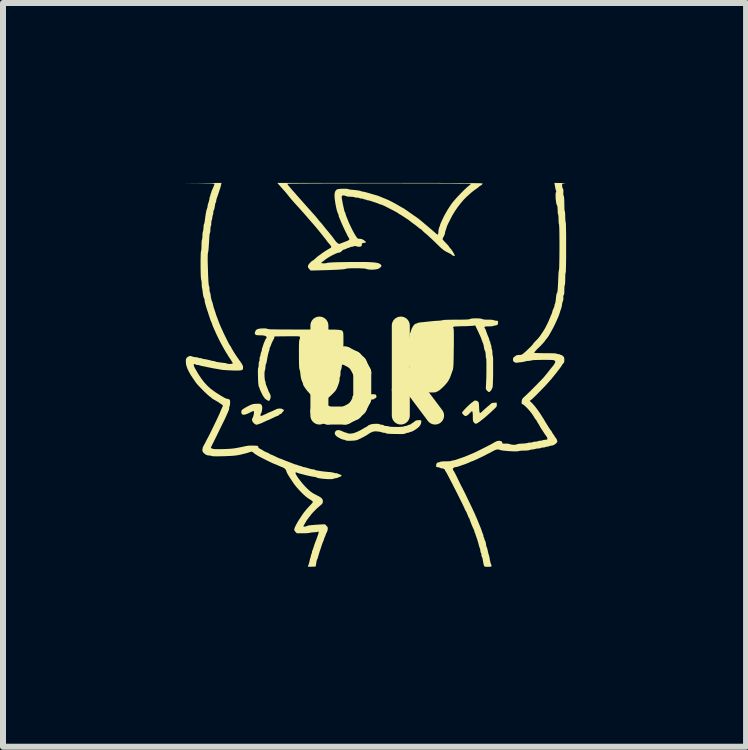
<source format=kicad_pcb>
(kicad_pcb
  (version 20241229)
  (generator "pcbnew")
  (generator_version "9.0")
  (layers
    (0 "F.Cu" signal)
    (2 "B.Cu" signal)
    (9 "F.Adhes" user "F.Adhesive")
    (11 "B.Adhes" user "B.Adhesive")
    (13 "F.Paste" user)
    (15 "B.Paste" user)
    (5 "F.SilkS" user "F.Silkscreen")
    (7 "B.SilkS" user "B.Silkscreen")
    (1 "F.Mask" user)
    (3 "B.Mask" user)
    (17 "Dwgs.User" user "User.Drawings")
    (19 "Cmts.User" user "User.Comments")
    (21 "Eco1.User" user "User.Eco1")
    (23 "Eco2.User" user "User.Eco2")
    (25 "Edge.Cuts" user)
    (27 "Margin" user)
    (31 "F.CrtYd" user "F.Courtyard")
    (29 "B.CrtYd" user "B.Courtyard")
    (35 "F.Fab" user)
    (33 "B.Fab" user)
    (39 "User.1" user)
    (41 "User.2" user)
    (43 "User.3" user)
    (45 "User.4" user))
  (footprint "bk"
    (layer "F.Cu")
    (at 3.204 3.2)
    (property "Reference" "bk" (at 0 0 0) (layer "F.SilkS") (effects (font (size 1.5 1.5) (thickness 0.3))))
    (attr board_only exclude_from_pos_files exclude_from_bom)
    (fp_poly (pts (xy -0.161 0.31) (xy -0.129 0.311) (xy -0.107 0.314) (xy -0.097 0.317) (xy -0.097 0.317) (xy -0.088 0.32) (xy -0.068 0.323) (xy -0.041 0.324) (xy -0.04 0.324) (xy -0.013 0.324) (xy 0.003 0.326) (xy 0.012 0.331) (xy 0.018 0.34) (xy 0.019 0.344) (xy 0.024 0.367) (xy 0.016 0.382) (xy 0.001 0.391) (xy -0.015 0.399) (xy -0.022 0.406) (xy -0.034 0.411) (xy -0.053 0.41) (xy -0.085 0.411) (xy -0.1 0.417) (xy -0.115 0.422) (xy -0.138 0.426) (xy -0.171 0.428) (xy -0.21 0.428) (xy -0.249 0.427) (xy -0.277 0.426) (xy -0.297 0.423) (xy -0.314 0.418) (xy -0.332 0.41) (xy -0.337 0.407) (xy -0.364 0.391) (xy -0.378 0.378) (xy -0.38 0.365) (xy -0.371 0.353) (xy -0.351 0.336) (xy -0.33 0.324) (xy -0.306 0.316) (xy -0.275 0.311) (xy -0.233 0.309) (xy -0.201 0.309)) (stroke (width 0) (type solid)) (fill yes) (layer "F.SilkS"))
    (fp_poly (pts (xy 1.699 0.434) (xy 1.716 0.445) (xy 1.716 0.445) (xy 1.725 0.458) (xy 1.73 0.475) (xy 1.732 0.5) (xy 1.733 0.514) (xy 1.735 0.566) (xy 1.738 0.604) (xy 1.743 0.628) (xy 1.749 0.637) (xy 1.75 0.637) (xy 1.76 0.632) (xy 1.776 0.619) (xy 1.785 0.61) (xy 1.802 0.594) (xy 1.826 0.572) (xy 1.855 0.547) (xy 1.874 0.53) (xy 1.9 0.509) (xy 1.921 0.49) (xy 1.936 0.477) (xy 1.941 0.472) (xy 1.95 0.469) (xy 1.969 0.466) (xy 1.986 0.465) (xy 2.027 0.462) (xy 2.029 0.495) (xy 2.03 0.51) (xy 2.027 0.522) (xy 2.021 0.534) (xy 2.007 0.549) (xy 1.985 0.571) (xy 1.979 0.576) (xy 1.922 0.63) (xy 1.868 0.678) (xy 1.818 0.721) (xy 1.774 0.756) (xy 1.737 0.785) (xy 1.707 0.804) (xy 1.687 0.814) (xy 1.68 0.816) (xy 1.667 0.811) (xy 1.651 0.798) (xy 1.65 0.797) (xy 1.642 0.787) (xy 1.636 0.777) (xy 1.632 0.764) (xy 1.63 0.744) (xy 1.629 0.715) (xy 1.629 0.674) (xy 1.629 0.672) (xy 1.627 0.637) (xy 1.624 0.616) (xy 1.617 0.607) (xy 1.606 0.611) (xy 1.59 0.626) (xy 1.586 0.631) (xy 1.554 0.663) (xy 1.527 0.682) (xy 1.506 0.686) (xy 1.504 0.686) (xy 1.487 0.678) (xy 1.469 0.662) (xy 1.455 0.644) (xy 1.449 0.629) (xy 1.454 0.62) (xy 1.468 0.603) (xy 1.489 0.58) (xy 1.513 0.554) (xy 1.54 0.527) (xy 1.567 0.502) (xy 1.591 0.48) (xy 1.61 0.464) (xy 1.619 0.458) (xy 1.635 0.447) (xy 1.646 0.437) (xy 1.646 0.436) (xy 1.659 0.429) (xy 1.678 0.429)) (stroke (width 0) (type solid)) (fill yes) (layer "F.SilkS"))
    (fp_poly (pts (xy -1.928 0.482) (xy -1.915 0.485) (xy -1.904 0.492) (xy -1.899 0.496) (xy -1.888 0.51) (xy -1.883 0.528) (xy -1.881 0.551) (xy -1.884 0.579) (xy -1.889 0.609) (xy -1.897 0.634) (xy -1.906 0.649) (xy -1.906 0.649) (xy -1.911 0.662) (xy -1.91 0.677) (xy -1.905 0.685) (xy -1.896 0.684) (xy -1.876 0.677) (xy -1.85 0.665) (xy -1.83 0.656) (xy -1.801 0.642) (xy -1.777 0.63) (xy -1.762 0.624) (xy -1.758 0.622) (xy -1.75 0.619) (xy -1.732 0.612) (xy -1.709 0.602) (xy -1.684 0.59) (xy -1.661 0.58) (xy -1.645 0.572) (xy -1.642 0.57) (xy -1.625 0.565) (xy -1.601 0.562) (xy -1.577 0.562) (xy -1.558 0.565) (xy -1.552 0.567) (xy -1.536 0.577) (xy -1.529 0.58) (xy -1.52 0.586) (xy -1.523 0.597) (xy -1.524 0.6) (xy -1.532 0.612) (xy -1.538 0.615) (xy -1.545 0.621) (xy -1.552 0.633) (xy -1.564 0.648) (xy -1.576 0.652) (xy -1.591 0.658) (xy -1.6 0.667) (xy -1.611 0.679) (xy -1.62 0.682) (xy -1.63 0.685) (xy -1.651 0.693) (xy -1.679 0.706) (xy -1.706 0.719) (xy -1.737 0.734) (xy -1.763 0.746) (xy -1.781 0.754) (xy -1.788 0.756) (xy -1.797 0.759) (xy -1.816 0.768) (xy -1.841 0.78) (xy -1.853 0.786) (xy -1.882 0.799) (xy -1.906 0.81) (xy -1.923 0.815) (xy -1.926 0.816) (xy -1.94 0.819) (xy -1.945 0.823) (xy -1.955 0.828) (xy -1.972 0.831) (xy -1.973 0.831) (xy -1.993 0.827) (xy -2.013 0.814) (xy -2.025 0.803) (xy -2.046 0.775) (xy -2.053 0.749) (xy -2.047 0.725) (xy -2.043 0.72) (xy -2.036 0.705) (xy -2.029 0.683) (xy -2.023 0.657) (xy -2.02 0.632) (xy -2.019 0.613) (xy -2.022 0.605) (xy -2.033 0.604) (xy -2.056 0.613) (xy -2.076 0.623) (xy -2.124 0.647) (xy -2.162 0.661) (xy -2.191 0.665) (xy -2.208 0.662) (xy -2.221 0.655) (xy -2.228 0.642) (xy -2.23 0.625) (xy -2.23 0.605) (xy -2.225 0.591) (xy -2.211 0.578) (xy -2.204 0.572) (xy -2.185 0.559) (xy -2.156 0.542) (xy -2.124 0.525) (xy -2.109 0.517) (xy -2.075 0.501) (xy -2.049 0.491) (xy -2.025 0.486) (xy -1.998 0.483) (xy -1.98 0.482) (xy -1.948 0.481)) (stroke (width 0) (type solid)) (fill yes) (layer "F.SilkS"))
    (fp_poly (pts (xy 0.76 0.757) (xy 0.768 0.761) (xy 0.771 0.77) (xy 0.771 0.781) (xy 0.764 0.818) (xy 0.743 0.854) (xy 0.729 0.869) (xy 0.704 0.89) (xy 0.676 0.91) (xy 0.647 0.928) (xy 0.621 0.942) (xy 0.602 0.949) (xy 0.597 0.95) (xy 0.581 0.953) (xy 0.574 0.957) (xy 0.564 0.963) (xy 0.547 0.965) (xy 0.524 0.969) (xy 0.507 0.977) (xy 0.498 0.981) (xy 0.487 0.984) (xy 0.469 0.986) (xy 0.444 0.987) (xy 0.409 0.987) (xy 0.362 0.986) (xy 0.34 0.986) (xy 0.283 0.985) (xy 0.239 0.983) (xy 0.209 0.981) (xy 0.19 0.978) (xy 0.181 0.974) (xy 0.168 0.968) (xy 0.148 0.965) (xy 0.145 0.965) (xy 0.125 0.963) (xy 0.112 0.959) (xy 0.111 0.958) (xy 0.1 0.953) (xy 0.078 0.949) (xy 0.05 0.945) (xy 0.02 0.942) (xy 0.007 0.941) (xy -0.036 0.947) (xy -0.079 0.966) (xy -0.089 0.972) (xy -0.111 0.987) (xy -0.132 1) (xy -0.137 1.004) (xy -0.161 1.018) (xy -0.192 1.035) (xy -0.228 1.054) (xy -0.262 1.07) (xy -0.291 1.083) (xy -0.303 1.088) (xy -0.323 1.092) (xy -0.351 1.096) (xy -0.384 1.098) (xy -0.418 1.099) (xy -0.449 1.099) (xy -0.474 1.097) (xy -0.489 1.094) (xy -0.492 1.092) (xy -0.502 1.085) (xy -0.51 1.084) (xy -0.531 1.08) (xy -0.56 1.07) (xy -0.592 1.055) (xy -0.621 1.039) (xy -0.644 1.023) (xy -0.651 1.016) (xy -0.669 0.992) (xy -0.673 0.969) (xy -0.664 0.947) (xy -0.659 0.94) (xy -0.639 0.924) (xy -0.611 0.92) (xy -0.576 0.928) (xy -0.541 0.943) (xy -0.516 0.954) (xy -0.494 0.962) (xy -0.481 0.965) (xy -0.467 0.968) (xy -0.462 0.972) (xy -0.452 0.977) (xy -0.431 0.979) (xy -0.405 0.979) (xy -0.379 0.976) (xy -0.355 0.971) (xy -0.354 0.971) (xy -0.301 0.951) (xy -0.244 0.923) (xy -0.199 0.897) (xy -0.176 0.883) (xy -0.157 0.873) (xy -0.147 0.868) (xy -0.147 0.868) (xy -0.137 0.863) (xy -0.127 0.854) (xy -0.113 0.843) (xy -0.09 0.832) (xy -0.078 0.828) (xy -0.055 0.822) (xy -0.026 0.818) (xy 0.006 0.816) (xy 0.035 0.816) (xy 0.059 0.818) (xy 0.073 0.822) (xy 0.075 0.823) (xy 0.084 0.828) (xy 0.103 0.831) (xy 0.108 0.831) (xy 0.129 0.834) (xy 0.144 0.841) (xy 0.145 0.842) (xy 0.16 0.85) (xy 0.187 0.853) (xy 0.19 0.853) (xy 0.212 0.855) (xy 0.228 0.858) (xy 0.231 0.861) (xy 0.24 0.863) (xy 0.262 0.866) (xy 0.295 0.867) (xy 0.338 0.868) (xy 0.354 0.868) (xy 0.399 0.868) (xy 0.436 0.866) (xy 0.462 0.864) (xy 0.475 0.862) (xy 0.477 0.861) (xy 0.487 0.855) (xy 0.505 0.853) (xy 0.505 0.853) (xy 0.527 0.849) (xy 0.543 0.842) (xy 0.562 0.833) (xy 0.574 0.831) (xy 0.591 0.825) (xy 0.604 0.816) (xy 0.616 0.805) (xy 0.625 0.801) (xy 0.635 0.796) (xy 0.65 0.784) (xy 0.655 0.779) (xy 0.674 0.765) (xy 0.694 0.758) (xy 0.715 0.756) (xy 0.744 0.755)) (stroke (width 0) (type solid)) (fill yes) (layer "F.SilkS"))
    (fp_poly (pts (xy -1.815 -0.773) (xy -1.8 -0.769) (xy -1.796 -0.767) (xy -1.792 -0.765) (xy -1.783 -0.763) (xy -1.769 -0.762) (xy -1.75 -0.76) (xy -1.724 -0.759) (xy -1.69 -0.759) (xy -1.647 -0.758) (xy -1.595 -0.757) (xy -1.533 -0.757) (xy -1.459 -0.757) (xy -1.373 -0.756) (xy -1.273 -0.756) (xy -1.184 -0.756) (xy -1.072 -0.756) (xy -0.975 -0.756) (xy -0.89 -0.756) (xy -0.818 -0.756) (xy -0.756 -0.755) (xy -0.705 -0.755) (xy -0.663 -0.754) (xy -0.629 -0.752) (xy -0.602 -0.75) (xy -0.582 -0.747) (xy -0.566 -0.744) (xy -0.555 -0.74) (xy -0.548 -0.735) (xy -0.543 -0.73) (xy -0.539 -0.724) (xy -0.536 -0.716) (xy -0.534 -0.711) (xy -0.531 -0.697) (xy -0.529 -0.67) (xy -0.528 -0.633) (xy -0.528 -0.589) (xy -0.528 -0.539) (xy -0.529 -0.487) (xy -0.531 -0.434) (xy -0.533 -0.382) (xy -0.536 -0.336) (xy -0.539 -0.298) (xy -0.544 -0.256) (xy -0.548 -0.211) (xy -0.552 -0.169) (xy -0.553 -0.159) (xy -0.557 -0.128) (xy -0.561 -0.103) (xy -0.566 -0.087) (xy -0.568 -0.085) (xy -0.573 -0.072) (xy -0.577 -0.047) (xy -0.577 -0.025) (xy -0.578 0.001) (xy -0.581 0.021) (xy -0.585 0.03) (xy -0.589 0.039) (xy -0.592 0.058) (xy -0.592 0.069) (xy -0.593 0.091) (xy -0.597 0.114) (xy -0.605 0.14) (xy -0.617 0.173) (xy -0.631 0.21) (xy -0.643 0.236) (xy -0.656 0.258) (xy -0.673 0.28) (xy -0.697 0.305) (xy -0.719 0.327) (xy -0.745 0.352) (xy -0.769 0.372) (xy -0.787 0.386) (xy -0.798 0.391) (xy -0.798 0.391) (xy -0.816 0.396) (xy -0.824 0.401) (xy -0.84 0.406) (xy -0.87 0.409) (xy -0.897 0.408) (xy -0.948 0.403) (xy -0.994 0.388) (xy -1.037 0.362) (xy -1.08 0.324) (xy -1.088 0.315) (xy -1.121 0.279) (xy -1.151 0.242) (xy -1.175 0.208) (xy -1.193 0.179) (xy -1.202 0.156) (xy -1.203 0.148) (xy -1.207 0.133) (xy -1.21 0.125) (xy -1.221 0.101) (xy -1.229 0.078) (xy -1.236 0.053) (xy -1.241 0.021) (xy -1.246 -0.022) (xy -1.247 -0.03) (xy -1.251 -0.059) (xy -1.257 -0.083) (xy -1.262 -0.098) (xy -1.264 -0.109) (xy -1.267 -0.131) (xy -1.268 -0.165) (xy -1.269 -0.211) (xy -1.27 -0.271) (xy -1.27 -0.343) (xy -1.27 -0.409) (xy -1.27 -0.462) (xy -1.269 -0.504) (xy -1.268 -0.535) (xy -1.267 -0.558) (xy -1.264 -0.575) (xy -1.262 -0.586) (xy -1.259 -0.593) (xy -1.252 -0.613) (xy -1.252 -0.63) (xy -1.252 -0.63) (xy -1.254 -0.634) (xy -1.258 -0.638) (xy -1.265 -0.64) (xy -1.277 -0.642) (xy -1.296 -0.643) (xy -1.324 -0.643) (xy -1.362 -0.644) (xy -1.411 -0.643) (xy -1.466 -0.643) (xy -1.676 -0.641) (xy -1.68 -0.622) (xy -1.686 -0.605) (xy -1.697 -0.582) (xy -1.704 -0.57) (xy -1.719 -0.541) (xy -1.732 -0.509) (xy -1.736 -0.499) (xy -1.744 -0.476) (xy -1.753 -0.458) (xy -1.756 -0.453) (xy -1.761 -0.442) (xy -1.76 -0.439) (xy -1.759 -0.429) (xy -1.763 -0.415) (xy -1.778 -0.368) (xy -1.792 -0.308) (xy -1.805 -0.234) (xy -1.806 -0.23) (xy -1.81 -0.206) (xy -1.816 -0.187) (xy -1.819 -0.181) (xy -1.824 -0.169) (xy -1.827 -0.147) (xy -1.828 -0.132) (xy -1.83 -0.106) (xy -1.834 -0.086) (xy -1.837 -0.078) (xy -1.841 -0.061) (xy -1.844 -0.034) (xy -1.844 -0.001) (xy -1.843 0.035) (xy -1.84 0.068) (xy -1.836 0.094) (xy -1.833 0.104) (xy -1.826 0.122) (xy -1.824 0.135) (xy -1.825 0.137) (xy -1.824 0.146) (xy -1.818 0.165) (xy -1.808 0.191) (xy -1.803 0.204) (xy -1.791 0.232) (xy -1.782 0.255) (xy -1.778 0.27) (xy -1.777 0.272) (xy -1.773 0.282) (xy -1.763 0.299) (xy -1.758 0.306) (xy -1.743 0.341) (xy -1.741 0.378) (xy -1.753 0.413) (xy -1.753 0.413) (xy -1.762 0.428) (xy -1.769 0.436) (xy -1.77 0.436) (xy -1.778 0.433) (xy -1.795 0.424) (xy -1.806 0.418) (xy -1.827 0.405) (xy -1.841 0.391) (xy -1.845 0.386) (xy -1.853 0.371) (xy -1.858 0.366) (xy -1.865 0.357) (xy -1.876 0.338) (xy -1.889 0.313) (xy -1.902 0.285) (xy -1.914 0.259) (xy -1.923 0.237) (xy -1.926 0.225) (xy -1.926 0.225) (xy -1.93 0.212) (xy -1.933 0.209) (xy -1.938 0.2) (xy -1.943 0.182) (xy -1.947 0.151) (xy -1.95 0.108) (xy -1.952 0.052) (xy -1.953 0.016) (xy -1.954 -0.038) (xy -1.954 -0.079) (xy -1.952 -0.105) (xy -1.949 -0.118) (xy -1.949 -0.118) (xy -1.945 -0.129) (xy -1.942 -0.15) (xy -1.941 -0.172) (xy -1.94 -0.197) (xy -1.937 -0.216) (xy -1.933 -0.224) (xy -1.929 -0.233) (xy -1.926 -0.252) (xy -1.926 -0.265) (xy -1.925 -0.287) (xy -1.921 -0.302) (xy -1.919 -0.305) (xy -1.913 -0.315) (xy -1.911 -0.333) (xy -1.911 -0.334) (xy -1.907 -0.357) (xy -1.9 -0.376) (xy -1.892 -0.398) (xy -1.889 -0.415) (xy -1.886 -0.436) (xy -1.882 -0.449) (xy -1.876 -0.464) (xy -1.869 -0.486) (xy -1.866 -0.495) (xy -1.857 -0.523) (xy -1.845 -0.552) (xy -1.833 -0.579) (xy -1.823 -0.6) (xy -1.815 -0.611) (xy -1.814 -0.611) (xy -1.807 -0.622) (xy -1.812 -0.635) (xy -1.829 -0.648) (xy -1.829 -0.648) (xy -1.852 -0.655) (xy -1.889 -0.659) (xy -1.917 -0.659) (xy -1.95 -0.66) (xy -1.972 -0.662) (xy -1.985 -0.665) (xy -1.995 -0.672) (xy -1.997 -0.674) (xy -2.005 -0.686) (xy -2.006 -0.697) (xy -2.001 -0.716) (xy -2 -0.719) (xy -1.99 -0.741) (xy -1.974 -0.756) (xy -1.95 -0.766) (xy -1.916 -0.772) (xy -1.877 -0.775) (xy -1.84 -0.775)) (stroke (width 0) (type solid)) (fill yes) (layer "F.SilkS"))
    (fp_poly (pts (xy 1.737 -0.941) (xy 1.766 -0.937) (xy 1.785 -0.932) (xy 1.788 -0.931) (xy 1.802 -0.925) (xy 1.826 -0.922) (xy 1.863 -0.92) (xy 1.885 -0.92) (xy 1.919 -0.92) (xy 1.948 -0.918) (xy 1.968 -0.916) (xy 1.975 -0.913) (xy 1.986 -0.908) (xy 2.006 -0.905) (xy 2.015 -0.904) (xy 2.036 -0.902) (xy 2.046 -0.897) (xy 2.05 -0.885) (xy 2.051 -0.875) (xy 2.048 -0.847) (xy 2.034 -0.83) (xy 2.01 -0.823) (xy 2.004 -0.823) (xy 1.986 -0.821) (xy 1.975 -0.816) (xy 1.974 -0.816) (xy 1.965 -0.813) (xy 1.945 -0.81) (xy 1.917 -0.809) (xy 1.899 -0.808) (xy 1.865 -0.808) (xy 1.843 -0.806) (xy 1.83 -0.803) (xy 1.825 -0.798) (xy 1.824 -0.797) (xy 1.825 -0.783) (xy 1.832 -0.772) (xy 1.841 -0.759) (xy 1.844 -0.752) (xy 1.847 -0.742) (xy 1.853 -0.723) (xy 1.863 -0.697) (xy 1.873 -0.669) (xy 1.884 -0.643) (xy 1.892 -0.622) (xy 1.897 -0.613) (xy 1.903 -0.595) (xy 1.904 -0.586) (xy 1.907 -0.571) (xy 1.911 -0.566) (xy 1.917 -0.554) (xy 1.922 -0.535) (xy 1.922 -0.534) (xy 1.927 -0.512) (xy 1.934 -0.495) (xy 1.934 -0.495) (xy 1.939 -0.478) (xy 1.941 -0.457) (xy 1.941 -0.455) (xy 1.943 -0.437) (xy 1.948 -0.425) (xy 1.948 -0.425) (xy 1.952 -0.415) (xy 1.955 -0.396) (xy 1.956 -0.37) (xy 1.957 -0.343) (xy 1.96 -0.322) (xy 1.964 -0.312) (xy 1.965 -0.303) (xy 1.967 -0.281) (xy 1.968 -0.249) (xy 1.968 -0.208) (xy 1.968 -0.16) (xy 1.968 -0.108) (xy 1.968 -0.055) (xy 1.968 -0.001) (xy 1.967 0.051) (xy 1.965 0.099) (xy 1.964 0.141) (xy 1.962 0.174) (xy 1.961 0.197) (xy 1.96 0.202) (xy 1.952 0.225) (xy 1.94 0.249) (xy 1.924 0.27) (xy 1.909 0.284) (xy 1.899 0.287) (xy 1.888 0.282) (xy 1.872 0.269) (xy 1.866 0.263) (xy 1.855 0.25) (xy 1.849 0.238) (xy 1.846 0.223) (xy 1.847 0.201) (xy 1.848 0.183) (xy 1.85 0.146) (xy 1.852 0.103) (xy 1.854 0.053) (xy 1.855 0.001) (xy 1.856 -0.052) (xy 1.856 -0.104) (xy 1.856 -0.153) (xy 1.856 -0.197) (xy 1.855 -0.233) (xy 1.854 -0.259) (xy 1.853 -0.273) (xy 1.852 -0.275) (xy 1.848 -0.286) (xy 1.845 -0.307) (xy 1.844 -0.331) (xy 1.842 -0.363) (xy 1.838 -0.386) (xy 1.834 -0.395) (xy 1.826 -0.413) (xy 1.819 -0.435) (xy 1.819 -0.436) (xy 1.813 -0.472) (xy 1.808 -0.498) (xy 1.802 -0.518) (xy 1.796 -0.536) (xy 1.791 -0.546) (xy 1.783 -0.566) (xy 1.778 -0.581) (xy 1.777 -0.584) (xy 1.774 -0.595) (xy 1.765 -0.619) (xy 1.75 -0.652) (xy 1.731 -0.694) (xy 1.708 -0.744) (xy 1.704 -0.751) (xy 1.669 -0.825) (xy 1.643 -0.819) (xy 1.628 -0.818) (xy 1.6 -0.816) (xy 1.563 -0.814) (xy 1.519 -0.812) (xy 1.472 -0.811) (xy 1.462 -0.811) (xy 1.409 -0.81) (xy 1.368 -0.808) (xy 1.34 -0.807) (xy 1.32 -0.805) (xy 1.309 -0.802) (xy 1.303 -0.798) (xy 1.303 -0.797) (xy 1.303 -0.782) (xy 1.307 -0.776) (xy 1.309 -0.768) (xy 1.311 -0.751) (xy 1.312 -0.722) (xy 1.313 -0.683) (xy 1.313 -0.631) (xy 1.313 -0.566) (xy 1.313 -0.488) (xy 1.312 -0.468) (xy 1.311 -0.383) (xy 1.31 -0.31) (xy 1.309 -0.25) (xy 1.308 -0.202) (xy 1.306 -0.163) (xy 1.304 -0.132) (xy 1.301 -0.109) (xy 1.298 -0.092) (xy 1.295 -0.079) (xy 1.293 -0.075) (xy 1.287 -0.06) (xy 1.279 -0.036) (xy 1.271 -0.014) (xy 1.252 0.039) (xy 1.231 0.083) (xy 1.206 0.122) (xy 1.173 0.162) (xy 1.15 0.186) (xy 1.122 0.214) (xy 1.095 0.238) (xy 1.072 0.257) (xy 1.057 0.267) (xy 1.036 0.278) (xy 1.018 0.286) (xy 1.015 0.288) (xy 1.001 0.291) (xy 0.979 0.293) (xy 0.951 0.294) (xy 0.922 0.294) (xy 0.896 0.292) (xy 0.878 0.29) (xy 0.872 0.287) (xy 0.861 0.28) (xy 0.854 0.279) (xy 0.83 0.274) (xy 0.8 0.258) (xy 0.768 0.234) (xy 0.743 0.21) (xy 0.724 0.189) (xy 0.711 0.172) (xy 0.704 0.163) (xy 0.704 0.162) (xy 0.7 0.153) (xy 0.688 0.138) (xy 0.684 0.132) (xy 0.664 0.106) (xy 0.643 0.068) (xy 0.62 0.02) (xy 0.596 -0.035) (xy 0.585 -0.063) (xy 0.578 -0.087) (xy 0.574 -0.116) (xy 0.573 -0.126) (xy 0.57 -0.149) (xy 0.566 -0.166) (xy 0.563 -0.17) (xy 0.561 -0.18) (xy 0.559 -0.202) (xy 0.557 -0.234) (xy 0.556 -0.274) (xy 0.555 -0.32) (xy 0.555 -0.368) (xy 0.555 -0.418) (xy 0.555 -0.466) (xy 0.556 -0.509) (xy 0.557 -0.547) (xy 0.559 -0.575) (xy 0.561 -0.593) (xy 0.563 -0.597) (xy 0.568 -0.608) (xy 0.572 -0.629) (xy 0.573 -0.642) (xy 0.576 -0.667) (xy 0.581 -0.687) (xy 0.583 -0.693) (xy 0.59 -0.709) (xy 0.598 -0.732) (xy 0.6 -0.741) (xy 0.611 -0.772) (xy 0.627 -0.801) (xy 0.644 -0.827) (xy 0.661 -0.845) (xy 0.676 -0.853) (xy 0.677 -0.853) (xy 0.695 -0.857) (xy 0.703 -0.862) (xy 0.714 -0.867) (xy 0.736 -0.872) (xy 0.765 -0.876) (xy 0.777 -0.877) (xy 0.817 -0.881) (xy 0.863 -0.886) (xy 0.905 -0.89) (xy 0.909 -0.891) (xy 0.949 -0.895) (xy 0.995 -0.899) (xy 1.039 -0.902) (xy 1.051 -0.902) (xy 1.083 -0.905) (xy 1.11 -0.908) (xy 1.127 -0.911) (xy 1.132 -0.913) (xy 1.141 -0.915) (xy 1.164 -0.917) (xy 1.198 -0.918) (xy 1.241 -0.919) (xy 1.293 -0.92) (xy 1.35 -0.92) (xy 1.414 -0.92) (xy 1.465 -0.921) (xy 1.504 -0.922) (xy 1.534 -0.923) (xy 1.555 -0.925) (xy 1.57 -0.927) (xy 1.581 -0.93) (xy 1.584 -0.932) (xy 1.602 -0.937) (xy 1.631 -0.941) (xy 1.665 -0.942) (xy 1.702 -0.942)) (stroke (width 0) (type solid)) (fill yes) (layer "F.SilkS"))
    (fp_poly (pts (xy 0.273 -3.2) (xy 0.451 -3.2) (xy 0.615 -3.2) (xy 0.765 -3.2) (xy 0.903 -3.2) (xy 1.029 -3.2) (xy 1.142 -3.199) (xy 1.245 -3.199) (xy 1.336 -3.199) (xy 1.418 -3.199) (xy 1.49 -3.198) (xy 1.553 -3.198) (xy 1.607 -3.197) (xy 1.653 -3.197) (xy 1.691 -3.196) (xy 1.722 -3.195) (xy 1.747 -3.195) (xy 1.766 -3.194) (xy 1.779 -3.193) (xy 1.788 -3.192) (xy 1.792 -3.191) (xy 1.792 -3.19) (xy 1.786 -3.177) (xy 1.774 -3.164) (xy 1.76 -3.156) (xy 1.757 -3.155) (xy 1.747 -3.15) (xy 1.736 -3.14) (xy 1.723 -3.128) (xy 1.702 -3.112) (xy 1.677 -3.095) (xy 1.677 -3.094) (xy 1.647 -3.073) (xy 1.615 -3.048) (xy 1.594 -3.03) (xy 1.57 -3.008) (xy 1.546 -2.986) (xy 1.53 -2.973) (xy 1.482 -2.925) (xy 1.431 -2.866) (xy 1.38 -2.8) (xy 1.331 -2.729) (xy 1.288 -2.658) (xy 1.26 -2.604) (xy 1.243 -2.57) (xy 1.227 -2.539) (xy 1.215 -2.515) (xy 1.208 -2.5) (xy 1.208 -2.5) (xy 1.2 -2.481) (xy 1.191 -2.456) (xy 1.189 -2.448) (xy 1.182 -2.424) (xy 1.175 -2.406) (xy 1.173 -2.401) (xy 1.168 -2.384) (xy 1.166 -2.369) (xy 1.163 -2.35) (xy 1.154 -2.326) (xy 1.15 -2.318) (xy 1.139 -2.296) (xy 1.13 -2.278) (xy 1.127 -2.273) (xy 1.125 -2.265) (xy 1.129 -2.255) (xy 1.14 -2.241) (xy 1.159 -2.22) (xy 1.177 -2.202) (xy 1.2 -2.178) (xy 1.218 -2.158) (xy 1.23 -2.143) (xy 1.233 -2.138) (xy 1.238 -2.128) (xy 1.251 -2.114) (xy 1.257 -2.107) (xy 1.271 -2.09) (xy 1.287 -2.068) (xy 1.302 -2.043) (xy 1.316 -2.018) (xy 1.325 -1.997) (xy 1.329 -1.984) (xy 1.328 -1.981) (xy 1.319 -1.981) (xy 1.303 -1.986) (xy 1.288 -1.993) (xy 1.278 -2) (xy 1.278 -2.002) (xy 1.272 -2.008) (xy 1.255 -2.018) (xy 1.23 -2.031) (xy 1.207 -2.043) (xy 1.182 -2.055) (xy 1.161 -2.068) (xy 1.141 -2.081) (xy 1.121 -2.097) (xy 1.096 -2.119) (xy 1.067 -2.146) (xy 1.029 -2.183) (xy 1.018 -2.194) (xy 0.98 -2.231) (xy 0.943 -2.266) (xy 0.908 -2.298) (xy 0.879 -2.325) (xy 0.858 -2.343) (xy 0.854 -2.347) (xy 0.828 -2.368) (xy 0.804 -2.39) (xy 0.786 -2.408) (xy 0.786 -2.408) (xy 0.771 -2.423) (xy 0.759 -2.432) (xy 0.756 -2.433) (xy 0.747 -2.437) (xy 0.731 -2.449) (xy 0.721 -2.457) (xy 0.701 -2.474) (xy 0.683 -2.488) (xy 0.677 -2.493) (xy 0.662 -2.504) (xy 0.641 -2.519) (xy 0.618 -2.536) (xy 0.596 -2.553) (xy 0.579 -2.566) (xy 0.57 -2.573) (xy 0.57 -2.574) (xy 0.562 -2.58) (xy 0.546 -2.591) (xy 0.536 -2.597) (xy 0.515 -2.611) (xy 0.487 -2.63) (xy 0.46 -2.647) (xy 0.437 -2.662) (xy 0.419 -2.673) (xy 0.409 -2.678) (xy 0.408 -2.679) (xy 0.4 -2.683) (xy 0.388 -2.692) (xy 0.381 -2.698) (xy 0.369 -2.705) (xy 0.352 -2.715) (xy 0.327 -2.728) (xy 0.294 -2.746) (xy 0.252 -2.767) (xy 0.198 -2.795) (xy 0.152 -2.818) (xy 0.125 -2.83) (xy 0.103 -2.839) (xy 0.089 -2.842) (xy 0.088 -2.843) (xy 0.072 -2.846) (xy 0.067 -2.849) (xy 0.056 -2.855) (xy 0.032 -2.864) (xy -0.003 -2.876) (xy -0.049 -2.891) (xy -0.082 -2.902) (xy -0.104 -2.908) (xy -0.121 -2.91) (xy -0.136 -2.913) (xy -0.142 -2.917) (xy -0.152 -2.922) (xy -0.168 -2.924) (xy -0.185 -2.927) (xy -0.194 -2.932) (xy -0.204 -2.937) (xy -0.222 -2.939) (xy -0.227 -2.939) (xy -0.247 -2.941) (xy -0.259 -2.945) (xy -0.261 -2.947) (xy -0.27 -2.951) (xy -0.289 -2.954) (xy -0.299 -2.954) (xy -0.323 -2.956) (xy -0.343 -2.961) (xy -0.348 -2.963) (xy -0.363 -2.967) (xy -0.388 -2.969) (xy -0.413 -2.97) (xy -0.448 -2.972) (xy -0.476 -2.977) (xy -0.483 -2.98) (xy -0.507 -2.989) (xy -0.529 -2.992) (xy -0.546 -2.989) (xy -0.555 -2.981) (xy -0.557 -2.964) (xy -0.554 -2.935) (xy -0.553 -2.932) (xy -0.548 -2.903) (xy -0.542 -2.871) (xy -0.54 -2.861) (xy -0.534 -2.831) (xy -0.527 -2.799) (xy -0.525 -2.79) (xy -0.519 -2.765) (xy -0.514 -2.742) (xy -0.513 -2.736) (xy -0.508 -2.72) (xy -0.502 -2.712) (xy -0.496 -2.701) (xy -0.495 -2.695) (xy -0.492 -2.681) (xy -0.484 -2.655) (xy -0.469 -2.617) (xy -0.45 -2.57) (xy -0.445 -2.556) (xy -0.427 -2.516) (xy -0.406 -2.471) (xy -0.383 -2.424) (xy -0.36 -2.381) (xy -0.339 -2.343) (xy -0.322 -2.316) (xy -0.322 -2.316) (xy -0.306 -2.292) (xy -0.294 -2.278) (xy -0.283 -2.271) (xy -0.269 -2.269) (xy -0.256 -2.269) (xy -0.221 -2.264) (xy -0.193 -2.249) (xy -0.167 -2.23) (xy -0.154 -2.216) (xy -0.155 -2.207) (xy -0.17 -2.202) (xy -0.182 -2.202) (xy -0.207 -2.197) (xy -0.221 -2.186) (xy -0.222 -2.168) (xy -0.221 -2.165) (xy -0.223 -2.151) (xy -0.236 -2.142) (xy -0.257 -2.136) (xy -0.283 -2.136) (xy -0.311 -2.143) (xy -0.315 -2.144) (xy -0.335 -2.149) (xy -0.35 -2.146) (xy -0.354 -2.144) (xy -0.372 -2.137) (xy -0.391 -2.135) (xy -0.408 -2.132) (xy -0.417 -2.127) (xy -0.428 -2.121) (xy -0.436 -2.12) (xy -0.452 -2.116) (xy -0.472 -2.107) (xy -0.477 -2.105) (xy -0.497 -2.095) (xy -0.515 -2.09) (xy -0.518 -2.09) (xy -0.531 -2.085) (xy -0.549 -2.071) (xy -0.556 -2.064) (xy -0.576 -2.046) (xy -0.595 -2.039) (xy -0.605 -2.038) (xy -0.624 -2.034) (xy -0.653 -2.023) (xy -0.687 -2.007) (xy -0.725 -1.988) (xy -0.764 -1.966) (xy -0.799 -1.944) (xy -0.828 -1.924) (xy -0.84 -1.914) (xy -0.859 -1.899) (xy -0.877 -1.886) (xy -0.892 -1.875) (xy -0.898 -1.867) (xy -0.898 -1.866) (xy -0.891 -1.862) (xy -0.875 -1.86) (xy -0.853 -1.859) (xy -0.83 -1.86) (xy -0.812 -1.863) (xy -0.804 -1.866) (xy -0.794 -1.869) (xy -0.771 -1.871) (xy -0.737 -1.874) (xy -0.692 -1.876) (xy -0.64 -1.878) (xy -0.581 -1.879) (xy -0.517 -1.88) (xy -0.451 -1.881) (xy -0.383 -1.882) (xy -0.316 -1.882) (xy -0.251 -1.882) (xy -0.19 -1.882) (xy -0.134 -1.881) (xy -0.086 -1.879) (xy -0.047 -1.877) (xy -0.034 -1.876) (xy 0.018 -1.87) (xy 0.057 -1.861) (xy 0.084 -1.848) (xy 0.102 -1.83) (xy 0.103 -1.828) (xy 0.105 -1.813) (xy 0.093 -1.795) (xy 0.069 -1.777) (xy 0.054 -1.769) (xy 0.032 -1.762) (xy 0.000064 -1.757) (xy -0.037 -1.754) (xy -0.075 -1.754) (xy -0.109 -1.757) (xy -0.136 -1.762) (xy -0.145 -1.766) (xy -0.159 -1.77) (xy -0.186 -1.773) (xy -0.221 -1.775) (xy -0.263 -1.777) (xy -0.308 -1.777) (xy -0.354 -1.777) (xy -0.397 -1.777) (xy -0.436 -1.775) (xy -0.466 -1.773) (xy -0.486 -1.769) (xy -0.49 -1.768) (xy -0.504 -1.764) (xy -0.531 -1.76) (xy -0.572 -1.757) (xy -0.627 -1.753) (xy -0.696 -1.75) (xy -0.779 -1.747) (xy -0.877 -1.744) (xy -0.925 -1.743) (xy -1.075 -1.739) (xy -1.098 -1.764) (xy -1.116 -1.787) (xy -1.121 -1.809) (xy -1.114 -1.832) (xy -1.094 -1.858) (xy -1.087 -1.867) (xy -1.068 -1.885) (xy -1.052 -1.899) (xy -1.043 -1.904) (xy -1.033 -1.909) (xy -1.017 -1.921) (xy -1 -1.937) (xy -0.976 -1.958) (xy -0.952 -1.979) (xy -0.938 -1.989) (xy -0.914 -2.005) (xy -0.888 -2.025) (xy -0.875 -2.034) (xy -0.851 -2.051) (xy -0.82 -2.071) (xy -0.794 -2.087) (xy -0.763 -2.105) (xy -0.744 -2.116) (xy -0.734 -2.125) (xy -0.73 -2.132) (xy -0.732 -2.139) (xy -0.735 -2.145) (xy -0.745 -2.16) (xy -0.76 -2.18) (xy -0.767 -2.187) (xy -0.784 -2.206) (xy -0.798 -2.224) (xy -0.801 -2.229) (xy -0.812 -2.243) (xy -0.827 -2.264) (xy -0.844 -2.285) (xy -0.861 -2.306) (xy -0.874 -2.323) (xy -0.881 -2.332) (xy -0.893 -2.347) (xy -0.912 -2.37) (xy -0.936 -2.4) (xy -0.964 -2.434) (xy -0.994 -2.47) (xy -1.023 -2.504) (xy -1.05 -2.535) (xy -1.058 -2.544) (xy -1.083 -2.573) (xy -1.113 -2.607) (xy -1.143 -2.642) (xy -1.159 -2.66) (xy -1.189 -2.695) (xy -1.224 -2.734) (xy -1.258 -2.772) (xy -1.274 -2.79) (xy -1.327 -2.848) (xy -1.37 -2.896) (xy -1.403 -2.934) (xy -1.428 -2.964) (xy -1.445 -2.986) (xy -1.45 -2.992) (xy -1.463 -3.009) (xy -1.483 -3.033) (xy -1.506 -3.06) (xy -1.516 -3.071) (xy -1.542 -3.1) (xy -1.569 -3.13) (xy -1.591 -3.156) (xy -1.597 -3.163) (xy -1.618 -3.186) (xy -1.464 -3.186) (xy -1.459 -3.177) (xy -1.445 -3.157) (xy -1.423 -3.13) (xy -1.393 -3.095) (xy -1.356 -3.053) (xy -1.337 -3.032) (xy -1.312 -3.003) (xy -1.28 -2.967) (xy -1.249 -2.931) (xy -1.229 -2.909) (xy -1.198 -2.874) (xy -1.162 -2.833) (xy -1.128 -2.795) (xy -1.11 -2.775) (xy -1.065 -2.725) (xy -1.028 -2.683) (xy -0.998 -2.65) (xy -0.975 -2.622) (xy -0.956 -2.599) (xy -0.944 -2.583) (xy -0.928 -2.563) (xy -0.914 -2.547) (xy -0.908 -2.541) (xy -0.899 -2.532) (xy -0.884 -2.514) (xy -0.866 -2.491) (xy -0.863 -2.487) (xy -0.84 -2.459) (xy -0.814 -2.426) (xy -0.787 -2.394) (xy -0.782 -2.388) (xy -0.742 -2.339) (xy -0.71 -2.3) (xy -0.686 -2.266) (xy -0.671 -2.246) (xy -0.651 -2.22) (xy -0.63 -2.2) (xy -0.61 -2.186) (xy -0.595 -2.183) (xy -0.593 -2.184) (xy -0.58 -2.189) (xy -0.558 -2.198) (xy -0.544 -2.203) (xy -0.516 -2.214) (xy -0.487 -2.225) (xy -0.477 -2.229) (xy -0.455 -2.238) (xy -0.439 -2.248) (xy -0.436 -2.251) (xy -0.429 -2.26) (xy -0.431 -2.27) (xy -0.438 -2.282) (xy -0.448 -2.299) (xy -0.463 -2.326) (xy -0.48 -2.362) (xy -0.5 -2.402) (xy -0.52 -2.444) (xy -0.539 -2.485) (xy -0.556 -2.523) (xy -0.569 -2.553) (xy -0.573 -2.563) (xy -0.584 -2.59) (xy -0.594 -2.613) (xy -0.6 -2.627) (xy -0.601 -2.628) (xy -0.606 -2.645) (xy -0.607 -2.653) (xy -0.61 -2.669) (xy -0.614 -2.677) (xy -0.627 -2.708) (xy -0.639 -2.746) (xy -0.646 -2.775) (xy -0.655 -2.82) (xy -0.662 -2.855) (xy -0.666 -2.883) (xy -0.67 -2.909) (xy -0.673 -2.938) (xy -0.674 -2.943) (xy -0.677 -2.995) (xy -0.673 -3.035) (xy -0.663 -3.064) (xy -0.645 -3.085) (xy -0.633 -3.093) (xy -0.618 -3.097) (xy -0.593 -3.1) (xy -0.561 -3.103) (xy -0.528 -3.103) (xy -0.496 -3.103) (xy -0.469 -3.102) (xy -0.451 -3.099) (xy -0.447 -3.096) (xy -0.436 -3.093) (xy -0.415 -3.089) (xy -0.388 -3.086) (xy -0.384 -3.086) (xy -0.34 -3.082) (xy -0.3 -3.077) (xy -0.267 -3.072) (xy -0.244 -3.067) (xy -0.236 -3.063) (xy -0.222 -3.058) (xy -0.203 -3.055) (xy -0.191 -3.053) (xy -0.179 -3.051) (xy -0.164 -3.047) (xy -0.142 -3.041) (xy -0.11 -3.032) (xy -0.086 -3.025) (xy -0.022 -3.006) (xy 0.03 -2.992) (xy 0.05 -2.985) (xy 0.076 -2.975) (xy 0.086 -2.971) (xy 0.112 -2.96) (xy 0.144 -2.947) (xy 0.164 -2.939) (xy 0.219 -2.916) (xy 0.281 -2.885) (xy 0.346 -2.85) (xy 0.38 -2.83) (xy 0.41 -2.813) (xy 0.436 -2.797) (xy 0.457 -2.786) (xy 0.462 -2.783) (xy 0.482 -2.772) (xy 0.51 -2.753) (xy 0.544 -2.73) (xy 0.58 -2.704) (xy 0.6 -2.69) (xy 0.621 -2.675) (xy 0.647 -2.657) (xy 0.667 -2.644) (xy 0.697 -2.623) (xy 0.727 -2.601) (xy 0.759 -2.575) (xy 0.798 -2.543) (xy 0.809 -2.533) (xy 0.836 -2.51) (xy 0.869 -2.483) (xy 0.9 -2.456) (xy 0.906 -2.451) (xy 0.936 -2.426) (xy 0.967 -2.399) (xy 0.994 -2.375) (xy 0.999 -2.371) (xy 1.019 -2.354) (xy 1.036 -2.342) (xy 1.046 -2.339) (xy 1.046 -2.339) (xy 1.051 -2.349) (xy 1.054 -2.368) (xy 1.054 -2.379) (xy 1.059 -2.424) (xy 1.072 -2.468) (xy 1.078 -2.479) (xy 1.083 -2.494) (xy 1.084 -2.501) (xy 1.087 -2.512) (xy 1.096 -2.533) (xy 1.109 -2.562) (xy 1.125 -2.596) (xy 1.142 -2.632) (xy 1.16 -2.667) (xy 1.16 -2.667) (xy 1.208 -2.751) (xy 1.264 -2.837) (xy 1.284 -2.865) (xy 1.306 -2.892) (xy 1.336 -2.927) (xy 1.371 -2.966) (xy 1.41 -3.007) (xy 1.449 -3.047) (xy 1.487 -3.085) (xy 1.522 -3.117) (xy 1.55 -3.142) (xy 1.559 -3.149) (xy 1.579 -3.165) (xy 1.593 -3.178) (xy 1.598 -3.185) (xy 1.591 -3.186) (xy 1.569 -3.187) (xy 1.532 -3.188) (xy 1.481 -3.189) (xy 1.416 -3.189) (xy 1.338 -3.19) (xy 1.245 -3.191) (xy 1.139 -3.191) (xy 1.02 -3.192) (xy 0.888 -3.192) (xy 0.743 -3.192) (xy 0.586 -3.192) (xy 0.416 -3.193) (xy 0.234 -3.193) (xy 0.067 -3.193) (xy -0.105 -3.193) (xy -0.269 -3.193) (xy -0.425 -3.192) (xy -0.572 -3.192) (xy -0.709 -3.192) (xy -0.837 -3.192) (xy -0.954 -3.191) (xy -1.06 -3.191) (xy -1.155 -3.19) (xy -1.238 -3.19) (xy -1.309 -3.189) (xy -1.367 -3.189) (xy -1.412 -3.188) (xy -1.443 -3.187) (xy -1.461 -3.186) (xy -1.464 -3.186) (xy -1.618 -3.186) (xy -1.63 -3.2) (xy 0.081 -3.2)) (stroke (width 0) (type solid)) (fill yes) (layer "F.SilkS"))
    (fp_poly (pts (xy 3.097 -3.199) (xy 3.137 -3.198) (xy 3.162 -3.197) (xy 3.173 -3.196) (xy 3.169 -3.194) (xy 3.159 -3.193) (xy 3.134 -3.19) (xy 3.12 -3.186) (xy 3.117 -3.179) (xy 3.117 -3.178) (xy 3.119 -3.162) (xy 3.119 -3.146) (xy 3.122 -3.124) (xy 3.13 -3.107) (xy 3.138 -3.09) (xy 3.14 -3.067) (xy 3.139 -3.045) (xy 3.138 -3.008) (xy 3.145 -2.984) (xy 3.149 -2.97) (xy 3.152 -2.947) (xy 3.154 -2.913) (xy 3.155 -2.865) (xy 3.155 -2.849) (xy 3.156 -2.804) (xy 3.157 -2.768) (xy 3.159 -2.742) (xy 3.162 -2.728) (xy 3.163 -2.727) (xy 3.166 -2.718) (xy 3.168 -2.697) (xy 3.17 -2.666) (xy 3.17 -2.638) (xy 3.171 -2.602) (xy 3.173 -2.573) (xy 3.175 -2.554) (xy 3.178 -2.548) (xy 3.179 -2.54) (xy 3.181 -2.518) (xy 3.182 -2.485) (xy 3.183 -2.442) (xy 3.184 -2.391) (xy 3.185 -2.333) (xy 3.185 -2.269) (xy 3.185 -2.203) (xy 3.185 -2.134) (xy 3.185 -2.066) (xy 3.185 -1.998) (xy 3.185 -1.934) (xy 3.184 -1.875) (xy 3.183 -1.822) (xy 3.182 -1.777) (xy 3.181 -1.742) (xy 3.18 -1.718) (xy 3.178 -1.707) (xy 3.178 -1.706) (xy 3.175 -1.697) (xy 3.172 -1.676) (xy 3.171 -1.644) (xy 3.17 -1.604) (xy 3.17 -1.602) (xy 3.17 -1.562) (xy 3.168 -1.529) (xy 3.166 -1.507) (xy 3.163 -1.498) (xy 3.163 -1.498) (xy 3.16 -1.489) (xy 3.157 -1.468) (xy 3.156 -1.438) (xy 3.155 -1.416) (xy 3.155 -1.377) (xy 3.153 -1.351) (xy 3.149 -1.335) (xy 3.145 -1.331) (xy 3.139 -1.318) (xy 3.138 -1.292) (xy 3.139 -1.287) (xy 3.138 -1.249) (xy 3.13 -1.227) (xy 3.122 -1.203) (xy 3.118 -1.18) (xy 3.114 -1.149) (xy 3.103 -1.108) (xy 3.096 -1.088) (xy 3.09 -1.072) (xy 3.083 -1.048) (xy 3.08 -1.039) (xy 3.068 -1.002) (xy 3.05 -0.956) (xy 3.027 -0.904) (xy 3.002 -0.85) (xy 2.975 -0.795) (xy 2.947 -0.743) (xy 2.92 -0.695) (xy 2.896 -0.653) (xy 2.875 -0.622) (xy 2.863 -0.607) (xy 2.847 -0.588) (xy 2.831 -0.565) (xy 2.829 -0.562) (xy 2.818 -0.548) (xy 2.799 -0.526) (xy 2.773 -0.498) (xy 2.744 -0.469) (xy 2.73 -0.456) (xy 2.702 -0.428) (xy 2.679 -0.404) (xy 2.662 -0.384) (xy 2.653 -0.372) (xy 2.652 -0.369) (xy 2.662 -0.366) (xy 2.685 -0.364) (xy 2.722 -0.363) (xy 2.773 -0.362) (xy 2.835 -0.361) (xy 2.839 -0.361) (xy 2.899 -0.361) (xy 2.949 -0.36) (xy 2.987 -0.359) (xy 3.012 -0.357) (xy 3.024 -0.354) (xy 3.025 -0.354) (xy 3.035 -0.349) (xy 3.053 -0.346) (xy 3.055 -0.346) (xy 3.073 -0.344) (xy 3.084 -0.34) (xy 3.085 -0.339) (xy 3.095 -0.332) (xy 3.101 -0.332) (xy 3.114 -0.327) (xy 3.131 -0.315) (xy 3.135 -0.312) (xy 3.147 -0.298) (xy 3.153 -0.282) (xy 3.155 -0.26) (xy 3.155 -0.249) (xy 3.154 -0.222) (xy 3.149 -0.205) (xy 3.14 -0.193) (xy 3.125 -0.177) (xy 3.117 -0.164) (xy 3.114 -0.157) (xy 3.108 -0.148) (xy 3.1 -0.136) (xy 3.087 -0.119) (xy 3.069 -0.094) (xy 3.043 -0.061) (xy 3.027 -0.04) (xy 2.983 0.015) (xy 2.944 0.063) (xy 2.905 0.108) (xy 2.864 0.153) (xy 2.854 0.165) (xy 2.814 0.207) (xy 2.773 0.249) (xy 2.733 0.29) (xy 2.695 0.329) (xy 2.661 0.362) (xy 2.633 0.389) (xy 2.612 0.408) (xy 2.604 0.414) (xy 2.578 0.434) (xy 2.613 0.467) (xy 2.641 0.497) (xy 2.675 0.537) (xy 2.711 0.586) (xy 2.749 0.64) (xy 2.786 0.698) (xy 2.809 0.734) (xy 2.845 0.795) (xy 2.877 0.846) (xy 2.903 0.887) (xy 2.923 0.917) (xy 2.937 0.935) (xy 2.937 0.935) (xy 2.949 0.951) (xy 2.954 0.962) (xy 2.954 0.963) (xy 2.959 0.974) (xy 2.97 0.989) (xy 2.973 0.992) (xy 2.985 1.007) (xy 2.991 1.02) (xy 2.992 1.021) (xy 2.997 1.033) (xy 3.003 1.04) (xy 3.018 1.057) (xy 3.03 1.079) (xy 3.037 1.101) (xy 3.038 1.117) (xy 3.037 1.12) (xy 3.016 1.145) (xy 2.987 1.166) (xy 2.954 1.179) (xy 2.936 1.181) (xy 2.918 1.183) (xy 2.906 1.188) (xy 2.906 1.188) (xy 2.896 1.194) (xy 2.879 1.196) (xy 2.857 1.199) (xy 2.84 1.205) (xy 2.821 1.21) (xy 2.799 1.212) (xy 2.779 1.213) (xy 2.763 1.219) (xy 2.763 1.219) (xy 2.749 1.225) (xy 2.727 1.227) (xy 2.724 1.227) (xy 2.697 1.229) (xy 2.671 1.235) (xy 2.671 1.235) (xy 2.647 1.242) (xy 2.624 1.244) (xy 2.623 1.244) (xy 2.599 1.247) (xy 2.58 1.253) (xy 2.56 1.258) (xy 2.527 1.262) (xy 2.483 1.263) (xy 2.448 1.264) (xy 2.42 1.266) (xy 2.402 1.269) (xy 2.398 1.271) (xy 2.387 1.274) (xy 2.364 1.275) (xy 2.332 1.276) (xy 2.294 1.275) (xy 2.252 1.273) (xy 2.209 1.27) (xy 2.168 1.266) (xy 2.132 1.262) (xy 2.104 1.258) (xy 2.086 1.254) (xy 2.083 1.252) (xy 2.057 1.244) (xy 2.025 1.246) (xy 1.991 1.258) (xy 1.986 1.261) (xy 1.952 1.279) (xy 1.912 1.301) (xy 1.867 1.323) (xy 1.821 1.347) (xy 1.774 1.37) (xy 1.73 1.391) (xy 1.69 1.41) (xy 1.656 1.425) (xy 1.631 1.436) (xy 1.616 1.441) (xy 1.614 1.442) (xy 1.604 1.445) (xy 1.585 1.453) (xy 1.571 1.46) (xy 1.544 1.472) (xy 1.511 1.485) (xy 1.486 1.494) (xy 1.459 1.503) (xy 1.436 1.511) (xy 1.423 1.516) (xy 1.386 1.529) (xy 1.353 1.537) (xy 1.335 1.539) (xy 1.314 1.546) (xy 1.303 1.557) (xy 1.296 1.57) (xy 1.297 1.58) (xy 1.305 1.594) (xy 1.309 1.6) (xy 1.32 1.617) (xy 1.334 1.643) (xy 1.351 1.675) (xy 1.364 1.703) (xy 1.383 1.742) (xy 1.404 1.785) (xy 1.423 1.825) (xy 1.433 1.844) (xy 1.449 1.875) (xy 1.464 1.904) (xy 1.475 1.927) (xy 1.479 1.933) (xy 1.492 1.96) (xy 1.51 1.996) (xy 1.531 2.041) (xy 1.555 2.09) (xy 1.58 2.142) (xy 1.605 2.194) (xy 1.628 2.243) (xy 1.648 2.286) (xy 1.664 2.32) (xy 1.672 2.34) (xy 1.68 2.358) (xy 1.693 2.387) (xy 1.707 2.421) (xy 1.721 2.455) (xy 1.735 2.489) (xy 1.747 2.52) (xy 1.757 2.543) (xy 1.762 2.556) (xy 1.762 2.556) (xy 1.768 2.571) (xy 1.776 2.594) (xy 1.782 2.612) (xy 1.79 2.635) (xy 1.797 2.653) (xy 1.801 2.66) (xy 1.805 2.672) (xy 1.807 2.687) (xy 1.809 2.704) (xy 1.814 2.712) (xy 1.82 2.722) (xy 1.822 2.733) (xy 1.825 2.75) (xy 1.83 2.758) (xy 1.837 2.771) (xy 1.844 2.793) (xy 1.849 2.818) (xy 1.852 2.841) (xy 1.852 2.846) (xy 1.856 2.863) (xy 1.859 2.869) (xy 1.864 2.876) (xy 1.868 2.89) (xy 1.874 2.912) (xy 1.881 2.945) (xy 1.885 2.965) (xy 1.891 2.987) (xy 1.896 3.003) (xy 1.902 3.02) (xy 1.906 3.043) (xy 1.907 3.044) (xy 1.915 3.092) (xy 1.923 3.128) (xy 1.931 3.152) (xy 1.932 3.153) (xy 1.939 3.172) (xy 1.941 3.185) (xy 1.94 3.192) (xy 1.934 3.197) (xy 1.922 3.199) (xy 1.898 3.2) (xy 1.882 3.2) (xy 1.852 3.2) (xy 1.833 3.198) (xy 1.822 3.193) (xy 1.818 3.187) (xy 1.812 3.169) (xy 1.805 3.14) (xy 1.799 3.107) (xy 1.794 3.077) (xy 1.789 3.054) (xy 1.781 3.034) (xy 1.779 3.031) (xy 1.772 3.014) (xy 1.773 3.001) (xy 1.772 2.984) (xy 1.766 2.973) (xy 1.758 2.955) (xy 1.755 2.934) (xy 1.753 2.912) (xy 1.748 2.896) (xy 1.742 2.881) (xy 1.735 2.859) (xy 1.732 2.85) (xy 1.721 2.807) (xy 1.709 2.765) (xy 1.697 2.728) (xy 1.687 2.7) (xy 1.683 2.689) (xy 1.676 2.669) (xy 1.673 2.654) (xy 1.673 2.654) (xy 1.668 2.641) (xy 1.665 2.638) (xy 1.659 2.627) (xy 1.658 2.618) (xy 1.654 2.599) (xy 1.651 2.591) (xy 1.643 2.575) (xy 1.632 2.551) (xy 1.619 2.521) (xy 1.606 2.49) (xy 1.594 2.459) (xy 1.584 2.432) (xy 1.578 2.414) (xy 1.576 2.407) (xy 1.572 2.394) (xy 1.569 2.392) (xy 1.563 2.384) (xy 1.554 2.365) (xy 1.544 2.339) (xy 1.541 2.334) (xy 1.53 2.305) (xy 1.518 2.28) (xy 1.508 2.263) (xy 1.507 2.262) (xy 1.498 2.246) (xy 1.494 2.235) (xy 1.491 2.226) (xy 1.481 2.206) (xy 1.467 2.175) (xy 1.448 2.136) (xy 1.425 2.091) (xy 1.4 2.04) (xy 1.373 1.986) (xy 1.345 1.93) (xy 1.316 1.874) (xy 1.289 1.82) (xy 1.262 1.769) (xy 1.238 1.722) (xy 1.217 1.682) (xy 1.2 1.65) (xy 1.188 1.628) (xy 1.181 1.617) (xy 1.18 1.616) (xy 1.17 1.601) (xy 1.166 1.59) (xy 1.16 1.578) (xy 1.144 1.567) (xy 1.126 1.56) (xy 1.113 1.56) (xy 1.097 1.557) (xy 1.082 1.55) (xy 1.063 1.542) (xy 1.041 1.539) (xy 1.026 1.538) (xy 1.019 1.531) (xy 1.017 1.516) (xy 1.017 1.51) (xy 1.022 1.482) (xy 1.038 1.464) (xy 1.062 1.457) (xy 1.064 1.457) (xy 1.08 1.454) (xy 1.088 1.449) (xy 1.097 1.446) (xy 1.118 1.444) (xy 1.149 1.442) (xy 1.181 1.442) (xy 1.218 1.441) (xy 1.248 1.439) (xy 1.267 1.437) (xy 1.274 1.434) (xy 1.284 1.429) (xy 1.299 1.427) (xy 1.315 1.424) (xy 1.34 1.418) (xy 1.37 1.408) (xy 1.382 1.404) (xy 1.416 1.392) (xy 1.448 1.381) (xy 1.474 1.372) (xy 1.479 1.37) (xy 1.506 1.36) (xy 1.537 1.347) (xy 1.552 1.341) (xy 1.574 1.331) (xy 1.59 1.324) (xy 1.596 1.323) (xy 1.605 1.319) (xy 1.625 1.31) (xy 1.655 1.297) (xy 1.691 1.28) (xy 1.731 1.26) (xy 1.774 1.239) (xy 1.817 1.217) (xy 1.859 1.196) (xy 1.896 1.177) (xy 1.927 1.161) (xy 1.95 1.148) (xy 1.956 1.145) (xy 1.981 1.13) (xy 2.007 1.116) (xy 2.01 1.114) (xy 2.037 1.103) (xy 2.066 1.099) (xy 2.091 1.102) (xy 2.11 1.11) (xy 2.119 1.124) (xy 2.12 1.128) (xy 2.122 1.14) (xy 2.132 1.146) (xy 2.152 1.147) (xy 2.176 1.146) (xy 2.22 1.147) (xy 2.242 1.154) (xy 2.265 1.161) (xy 2.294 1.165) (xy 2.323 1.166) (xy 2.347 1.164) (xy 2.363 1.158) (xy 2.364 1.158) (xy 2.375 1.154) (xy 2.397 1.15) (xy 2.429 1.147) (xy 2.453 1.146) (xy 2.486 1.144) (xy 2.514 1.141) (xy 2.534 1.138) (xy 2.54 1.136) (xy 2.551 1.132) (xy 2.572 1.129) (xy 2.587 1.129) (xy 2.609 1.127) (xy 2.626 1.124) (xy 2.63 1.121) (xy 2.64 1.117) (xy 2.659 1.114) (xy 2.671 1.114) (xy 2.693 1.112) (xy 2.709 1.109) (xy 2.712 1.106) (xy 2.722 1.102) (xy 2.74 1.099) (xy 2.747 1.099) (xy 2.77 1.097) (xy 2.79 1.092) (xy 2.792 1.09) (xy 2.811 1.085) (xy 2.834 1.083) (xy 2.834 1.083) (xy 2.86 1.081) (xy 2.872 1.072) (xy 2.873 1.057) (xy 2.867 1.044) (xy 2.856 1.024) (xy 2.844 1.008) (xy 2.844 1.008) (xy 2.831 0.991) (xy 2.825 0.981) (xy 2.817 0.968) (xy 2.803 0.947) (xy 2.786 0.922) (xy 2.781 0.914) (xy 2.765 0.89) (xy 2.753 0.87) (xy 2.746 0.858) (xy 2.746 0.856) (xy 2.742 0.848) (xy 2.732 0.831) (xy 2.72 0.812) (xy 2.706 0.79) (xy 2.697 0.773) (xy 2.693 0.765) (xy 2.688 0.756) (xy 2.679 0.745) (xy 2.668 0.733) (xy 2.664 0.727) (xy 2.66 0.719) (xy 2.649 0.701) (xy 2.634 0.678) (xy 2.624 0.663) (xy 2.601 0.63) (xy 2.572 0.595) (xy 2.542 0.561) (xy 2.512 0.531) (xy 2.486 0.507) (xy 2.464 0.492) (xy 2.46 0.49) (xy 2.448 0.484) (xy 2.443 0.475) (xy 2.442 0.461) (xy 2.444 0.442) (xy 2.447 0.422) (xy 2.453 0.406) (xy 2.463 0.391) (xy 2.48 0.373) (xy 2.497 0.358) (xy 2.529 0.327) (xy 2.566 0.292) (xy 2.607 0.252) (xy 2.648 0.21) (xy 2.69 0.168) (xy 2.729 0.128) (xy 2.764 0.092) (xy 2.794 0.061) (xy 2.815 0.038) (xy 2.822 0.029) (xy 2.844 0.002) (xy 2.871 -0.031) (xy 2.896 -0.063) (xy 2.902 -0.071) (xy 2.923 -0.098) (xy 2.944 -0.123) (xy 2.96 -0.142) (xy 2.965 -0.147) (xy 2.981 -0.169) (xy 2.996 -0.193) (xy 2.996 -0.194) (xy 3.003 -0.212) (xy 3.004 -0.223) (xy 2.997 -0.233) (xy 2.995 -0.235) (xy 2.99 -0.24) (xy 2.983 -0.243) (xy 2.973 -0.246) (xy 2.957 -0.247) (xy 2.934 -0.249) (xy 2.901 -0.249) (xy 2.857 -0.25) (xy 2.804 -0.25) (xy 2.748 -0.249) (xy 2.7 -0.248) (xy 2.66 -0.247) (xy 2.631 -0.245) (xy 2.614 -0.243) (xy 2.612 -0.242) (xy 2.596 -0.238) (xy 2.573 -0.234) (xy 2.558 -0.233) (xy 2.532 -0.231) (xy 2.511 -0.227) (xy 2.503 -0.224) (xy 2.489 -0.22) (xy 2.464 -0.215) (xy 2.436 -0.211) (xy 2.407 -0.208) (xy 2.382 -0.205) (xy 2.366 -0.202) (xy 2.341 -0.203) (xy 2.323 -0.212) (xy 2.306 -0.225) (xy 2.3 -0.24) (xy 2.299 -0.256) (xy 2.301 -0.278) (xy 2.31 -0.292) (xy 2.319 -0.299) (xy 2.337 -0.311) (xy 2.349 -0.322) (xy 2.363 -0.328) (xy 2.387 -0.331) (xy 2.401 -0.332) (xy 2.427 -0.333) (xy 2.447 -0.339) (xy 2.466 -0.351) (xy 2.471 -0.356) (xy 2.501 -0.381) (xy 2.532 -0.409) (xy 2.562 -0.438) (xy 2.59 -0.465) (xy 2.612 -0.488) (xy 2.626 -0.505) (xy 2.63 -0.51) (xy 2.64 -0.525) (xy 2.658 -0.545) (xy 2.679 -0.567) (xy 2.682 -0.57) (xy 2.707 -0.596) (xy 2.733 -0.626) (xy 2.752 -0.651) (xy 2.789 -0.706) (xy 2.818 -0.751) (xy 2.838 -0.785) (xy 2.846 -0.801) (xy 2.885 -0.879) (xy 2.891 -0.893) (xy 2.901 -0.916) (xy 2.913 -0.945) (xy 2.917 -0.954) (xy 2.928 -0.983) (xy 2.939 -1.007) (xy 2.946 -1.023) (xy 2.947 -1.026) (xy 2.953 -1.043) (xy 2.954 -1.05) (xy 2.957 -1.064) (xy 2.966 -1.087) (xy 2.977 -1.114) (xy 2.985 -1.131) (xy 2.99 -1.149) (xy 2.992 -1.161) (xy 2.994 -1.177) (xy 2.998 -1.185) (xy 3.003 -1.195) (xy 3.008 -1.217) (xy 3.012 -1.25) (xy 3.017 -1.297) (xy 3.019 -1.311) (xy 3.022 -1.337) (xy 3.028 -1.358) (xy 3.033 -1.367) (xy 3.037 -1.375) (xy 3.04 -1.39) (xy 3.043 -1.413) (xy 3.046 -1.446) (xy 3.048 -1.489) (xy 3.051 -1.545) (xy 3.054 -1.613) (xy 3.055 -1.641) (xy 3.057 -1.677) (xy 3.059 -1.71) (xy 3.062 -1.734) (xy 3.066 -1.747) (xy 3.067 -1.757) (xy 3.069 -1.78) (xy 3.07 -1.815) (xy 3.071 -1.859) (xy 3.072 -1.911) (xy 3.073 -1.969) (xy 3.073 -2.031) (xy 3.074 -2.095) (xy 3.074 -2.161) (xy 3.074 -2.226) (xy 3.073 -2.288) (xy 3.073 -2.346) (xy 3.072 -2.398) (xy 3.071 -2.442) (xy 3.069 -2.476) (xy 3.068 -2.5) (xy 3.066 -2.511) (xy 3.066 -2.511) (xy 3.063 -2.52) (xy 3.06 -2.541) (xy 3.059 -2.57) (xy 3.059 -2.593) (xy 3.058 -2.626) (xy 3.056 -2.653) (xy 3.053 -2.67) (xy 3.051 -2.675) (xy 3.048 -2.684) (xy 3.045 -2.704) (xy 3.044 -2.732) (xy 3.044 -2.744) (xy 3.042 -2.786) (xy 3.038 -2.814) (xy 3.033 -2.824) (xy 3.026 -2.842) (xy 3.019 -2.87) (xy 3.014 -2.905) (xy 3.01 -2.943) (xy 3.009 -2.98) (xy 3.009 -3.012) (xy 3.012 -3.035) (xy 3.015 -3.041) (xy 3.02 -3.06) (xy 3.016 -3.075) (xy 3.009 -3.094) (xy 3.004 -3.118) (xy 3.003 -3.12) (xy 2.999 -3.147) (xy 2.994 -3.174) (xy 2.994 -3.174) (xy 2.99 -3.2)) (stroke (width 0) (type solid)) (fill yes) (layer "F.SilkS"))
    (fp_poly (pts (xy -2.567 -3.172) (xy -2.577 -3.131) (xy -2.586 -3.101) (xy -2.589 -3.092) (xy -2.595 -3.076) (xy -2.602 -3.053) (xy -2.607 -3.04) (xy -2.616 -3.01) (xy -2.628 -2.977) (xy -2.633 -2.962) (xy -2.642 -2.936) (xy -2.648 -2.912) (xy -2.649 -2.901) (xy -2.651 -2.884) (xy -2.655 -2.877) (xy -2.661 -2.867) (xy -2.666 -2.849) (xy -2.666 -2.844) (xy -2.673 -2.805) (xy -2.678 -2.778) (xy -2.682 -2.76) (xy -2.688 -2.747) (xy -2.691 -2.74) (xy -2.698 -2.722) (xy -2.697 -2.709) (xy -2.697 -2.691) (xy -2.701 -2.678) (xy -2.707 -2.661) (xy -2.712 -2.637) (xy -2.714 -2.624) (xy -2.717 -2.6) (xy -2.721 -2.583) (xy -2.724 -2.578) (xy -2.728 -2.568) (xy -2.73 -2.547) (xy -2.731 -2.529) (xy -2.732 -2.505) (xy -2.735 -2.487) (xy -2.738 -2.481) (xy -2.742 -2.472) (xy -2.745 -2.452) (xy -2.746 -2.426) (xy -2.747 -2.4) (xy -2.749 -2.379) (xy -2.753 -2.369) (xy -2.756 -2.359) (xy -2.76 -2.338) (xy -2.763 -2.309) (xy -2.764 -2.295) (xy -2.768 -2.223) (xy -2.772 -2.166) (xy -2.775 -2.12) (xy -2.778 -2.085) (xy -2.781 -2.06) (xy -2.784 -2.043) (xy -2.787 -2.033) (xy -2.787 -2.033) (xy -2.789 -2.02) (xy -2.79 -1.994) (xy -2.791 -1.955) (xy -2.791 -1.905) (xy -2.79 -1.846) (xy -2.789 -1.817) (xy -2.786 -1.731) (xy -2.784 -1.659) (xy -2.781 -1.601) (xy -2.779 -1.554) (xy -2.776 -1.519) (xy -2.773 -1.495) (xy -2.77 -1.481) (xy -2.767 -1.476) (xy -2.764 -1.465) (xy -2.761 -1.444) (xy -2.761 -1.427) (xy -2.759 -1.403) (xy -2.757 -1.384) (xy -2.754 -1.378) (xy -2.749 -1.367) (xy -2.744 -1.347) (xy -2.743 -1.337) (xy -2.736 -1.288) (xy -2.728 -1.252) (xy -2.723 -1.237) (xy -2.714 -1.213) (xy -2.705 -1.182) (xy -2.698 -1.154) (xy -2.698 -1.151) (xy -2.694 -1.136) (xy -2.688 -1.115) (xy -2.678 -1.086) (xy -2.671 -1.065) (xy -2.665 -1.049) (xy -2.658 -1.026) (xy -2.657 -1.021) (xy -2.649 -0.996) (xy -2.638 -0.967) (xy -2.624 -0.929) (xy -2.619 -0.916) (xy -2.612 -0.898) (xy -2.605 -0.879) (xy -2.596 -0.855) (xy -2.582 -0.822) (xy -2.565 -0.782) (xy -2.544 -0.738) (xy -2.523 -0.691) (xy -2.5 -0.644) (xy -2.478 -0.6) (xy -2.458 -0.559) (xy -2.44 -0.524) (xy -2.425 -0.498) (xy -2.416 -0.483) (xy -2.413 -0.48) (xy -2.404 -0.469) (xy -2.403 -0.465) (xy -2.399 -0.456) (xy -2.39 -0.439) (xy -2.376 -0.416) (xy -2.375 -0.414) (xy -2.355 -0.38) (xy -2.34 -0.356) (xy -2.327 -0.336) (xy -2.314 -0.317) (xy -2.298 -0.294) (xy -2.292 -0.285) (xy -2.262 -0.242) (xy -2.239 -0.21) (xy -2.223 -0.185) (xy -2.213 -0.167) (xy -2.206 -0.153) (xy -2.203 -0.142) (xy -2.202 -0.132) (xy -2.202 -0.125) (xy -2.202 -0.107) (xy -2.206 -0.094) (xy -2.213 -0.084) (xy -2.226 -0.078) (xy -2.248 -0.074) (xy -2.279 -0.072) (xy -2.322 -0.072) (xy -2.37 -0.073) (xy -2.419 -0.075) (xy -2.465 -0.077) (xy -2.507 -0.08) (xy -2.54 -0.082) (xy -2.559 -0.085) (xy -2.696 -0.109) (xy -2.802 -0.13) (xy -2.832 -0.137) (xy -2.863 -0.143) (xy -2.872 -0.145) (xy -2.899 -0.15) (xy -2.922 -0.157) (xy -2.928 -0.159) (xy -2.946 -0.164) (xy -2.96 -0.164) (xy -2.973 -0.165) (xy -2.991 -0.172) (xy -2.992 -0.173) (xy -3.011 -0.181) (xy -3.022 -0.177) (xy -3.024 -0.163) (xy -3.017 -0.139) (xy -3.001 -0.106) (xy -2.998 -0.101) (xy -2.947 -0.013) (xy -2.897 0.062) (xy -2.847 0.127) (xy -2.796 0.182) (xy -2.743 0.23) (xy -2.727 0.242) (xy -2.691 0.269) (xy -2.651 0.297) (xy -2.61 0.323) (xy -2.57 0.348) (xy -2.534 0.369) (xy -2.503 0.386) (xy -2.48 0.396) (xy -2.47 0.399) (xy -2.452 0.402) (xy -2.437 0.407) (xy -2.427 0.413) (xy -2.421 0.421) (xy -2.418 0.436) (xy -2.418 0.462) (xy -2.418 0.466) (xy -2.419 0.493) (xy -2.422 0.512) (xy -2.425 0.522) (xy -2.43 0.531) (xy -2.433 0.55) (xy -2.433 0.552) (xy -2.435 0.573) (xy -2.439 0.59) (xy -2.44 0.591) (xy -2.446 0.603) (xy -2.455 0.625) (xy -2.469 0.656) (xy -2.488 0.7) (xy -2.49 0.704) (xy -2.496 0.717) (xy -2.507 0.741) (xy -2.523 0.774) (xy -2.543 0.814) (xy -2.566 0.861) (xy -2.59 0.91) (xy -2.615 0.961) (xy -2.639 1.012) (xy -2.663 1.059) (xy -2.684 1.103) (xy -2.703 1.14) (xy -2.717 1.168) (xy -2.726 1.186) (xy -2.728 1.19) (xy -2.737 1.211) (xy -2.736 1.222) (xy -2.725 1.226) (xy -2.709 1.23) (xy -2.704 1.233) (xy -2.694 1.236) (xy -2.672 1.238) (xy -2.64 1.238) (xy -2.601 1.239) (xy -2.557 1.238) (xy -2.512 1.237) (xy -2.467 1.235) (xy -2.425 1.233) (xy -2.389 1.23) (xy -2.362 1.227) (xy -2.358 1.227) (xy -2.305 1.218) (xy -2.263 1.21) (xy -2.23 1.204) (xy -2.204 1.198) (xy -2.194 1.196) (xy -2.147 1.186) (xy -2.103 1.18) (xy -2.056 1.179) (xy -2.02 1.18) (xy -1.987 1.181) (xy -1.966 1.183) (xy -1.955 1.186) (xy -1.95 1.191) (xy -1.948 1.198) (xy -1.948 1.201) (xy -1.942 1.218) (xy -1.928 1.227) (xy -1.909 1.237) (xy -1.885 1.25) (xy -1.878 1.255) (xy -1.845 1.275) (xy -1.822 1.287) (xy -1.807 1.292) (xy -1.804 1.293) (xy -1.793 1.297) (xy -1.775 1.306) (xy -1.768 1.311) (xy -1.75 1.323) (xy -1.735 1.329) (xy -1.732 1.33) (xy -1.723 1.333) (xy -1.703 1.342) (xy -1.676 1.354) (xy -1.656 1.364) (xy -1.627 1.378) (xy -1.602 1.389) (xy -1.586 1.396) (xy -1.581 1.397) (xy -1.57 1.4) (xy -1.551 1.407) (xy -1.543 1.411) (xy -1.519 1.421) (xy -1.488 1.434) (xy -1.468 1.441) (xy -1.426 1.457) (xy -1.395 1.469) (xy -1.374 1.477) (xy -1.36 1.483) (xy -1.351 1.487) (xy -1.351 1.487) (xy -1.334 1.493) (xy -1.326 1.494) (xy -1.31 1.497) (xy -1.302 1.501) (xy -1.287 1.507) (xy -1.265 1.514) (xy -1.255 1.516) (xy -1.232 1.523) (xy -1.214 1.53) (xy -1.209 1.532) (xy -1.192 1.538) (xy -1.184 1.539) (xy -1.17 1.541) (xy -1.148 1.546) (xy -1.134 1.551) (xy -1.097 1.562) (xy -1.071 1.569) (xy -1.054 1.574) (xy -1.04 1.575) (xy -1.03 1.576) (xy -1.014 1.578) (xy -1.006 1.583) (xy -0.997 1.588) (xy -0.979 1.593) (xy -0.974 1.593) (xy -0.952 1.597) (xy -0.922 1.602) (xy -0.898 1.606) (xy -0.868 1.61) (xy -0.83 1.614) (xy -0.79 1.618) (xy -0.775 1.619) (xy -0.741 1.622) (xy -0.712 1.627) (xy -0.69 1.631) (xy -0.683 1.634) (xy -0.668 1.64) (xy -0.659 1.639) (xy -0.647 1.638) (xy -0.629 1.644) (xy -0.627 1.645) (xy -0.603 1.655) (xy -0.581 1.663) (xy -0.566 1.67) (xy -0.559 1.68) (xy -0.559 1.68) (xy -0.565 1.69) (xy -0.581 1.697) (xy -0.581 1.698) (xy -0.605 1.706) (xy -0.623 1.715) (xy -0.646 1.722) (xy -0.665 1.725) (xy -0.683 1.727) (xy -0.694 1.733) (xy -0.706 1.737) (xy -0.73 1.739) (xy -0.762 1.739) (xy -0.8 1.738) (xy -0.84 1.735) (xy -0.88 1.731) (xy -0.917 1.727) (xy -0.947 1.721) (xy -0.967 1.716) (xy -0.973 1.712) (xy -0.987 1.706) (xy -1.008 1.701) (xy -1.017 1.7) (xy -1.042 1.697) (xy -1.072 1.691) (xy -1.11 1.683) (xy -1.156 1.672) (xy -1.211 1.658) (xy -1.246 1.649) (xy -1.27 1.642) (xy -1.286 1.637) (xy -1.298 1.633) (xy -1.306 1.629) (xy -1.319 1.624) (xy -1.326 1.629) (xy -1.327 1.632) (xy -1.326 1.645) (xy -1.315 1.668) (xy -1.297 1.697) (xy -1.273 1.732) (xy -1.244 1.77) (xy -1.212 1.81) (xy -1.178 1.848) (xy -1.155 1.873) (xy -1.112 1.915) (xy -1.073 1.948) (xy -1.032 1.976) (xy -0.985 2.001) (xy -0.963 2.012) (xy -0.922 2.034) (xy -0.893 2.055) (xy -0.877 2.077) (xy -0.87 2.101) (xy -0.871 2.114) (xy -0.876 2.139) (xy -0.889 2.157) (xy -0.897 2.164) (xy -0.929 2.191) (xy -0.965 2.223) (xy -1 2.257) (xy -1.032 2.29) (xy -1.057 2.318) (xy -1.065 2.327) (xy -1.085 2.354) (xy -1.107 2.381) (xy -1.119 2.398) (xy -1.134 2.418) (xy -1.145 2.434) (xy -1.149 2.44) (xy -1.155 2.453) (xy -1.167 2.472) (xy -1.175 2.486) (xy -1.187 2.506) (xy -1.194 2.52) (xy -1.196 2.525) (xy -1.19 2.529) (xy -1.175 2.53) (xy -1.157 2.528) (xy -1.142 2.523) (xy -1.137 2.52) (xy -1.124 2.515) (xy -1.097 2.509) (xy -1.056 2.505) (xy -1.003 2.5) (xy -0.937 2.496) (xy -0.917 2.495) (xy -0.836 2.491) (xy -0.812 2.515) (xy -0.796 2.533) (xy -0.789 2.549) (xy -0.789 2.57) (xy -0.794 2.597) (xy -0.805 2.624) (xy -0.807 2.629) (xy -0.817 2.648) (xy -0.823 2.661) (xy -0.823 2.664) (xy -0.826 2.675) (xy -0.834 2.694) (xy -0.838 2.703) (xy -0.847 2.724) (xy -0.853 2.741) (xy -0.853 2.746) (xy -0.857 2.76) (xy -0.86 2.765) (xy -0.865 2.775) (xy -0.873 2.795) (xy -0.883 2.822) (xy -0.887 2.835) (xy -0.897 2.865) (xy -0.906 2.892) (xy -0.912 2.91) (xy -0.913 2.913) (xy -0.919 2.929) (xy -0.927 2.953) (xy -0.935 2.981) (xy -0.944 3.009) (xy -0.95 3.032) (xy -0.953 3.046) (xy -0.954 3.048) (xy -0.958 3.061) (xy -0.962 3.067) (xy -0.969 3.081) (xy -0.975 3.102) (xy -0.975 3.103) (xy -0.979 3.128) (xy -0.984 3.156) (xy -0.985 3.163) (xy -0.991 3.196) (xy -1.056 3.199) (xy -1.085 3.199) (xy -1.108 3.199) (xy -1.12 3.198) (xy -1.121 3.197) (xy -1.119 3.188) (xy -1.112 3.172) (xy -1.111 3.169) (xy -1.104 3.148) (xy -1.096 3.119) (xy -1.092 3.1) (xy -1.086 3.073) (xy -1.08 3.052) (xy -1.076 3.042) (xy -1.071 3.024) (xy -1.069 3.011) (xy -1.066 2.995) (xy -1.062 2.988) (xy -1.056 2.978) (xy -1.054 2.965) (xy -1.052 2.945) (xy -1.048 2.934) (xy -1.039 2.913) (xy -1.028 2.881) (xy -1.013 2.834) (xy -1.012 2.831) (xy -1.003 2.804) (xy -0.993 2.778) (xy -0.989 2.769) (xy -0.98 2.746) (xy -0.972 2.725) (xy -0.972 2.724) (xy -0.966 2.706) (xy -0.957 2.681) (xy -0.951 2.664) (xy -0.943 2.637) (xy -0.941 2.619) (xy -0.947 2.612) (xy -0.958 2.616) (xy -0.959 2.617) (xy -0.971 2.62) (xy -0.993 2.623) (xy -1.021 2.625) (xy -1.023 2.625) (xy -1.052 2.627) (xy -1.076 2.63) (xy -1.091 2.634) (xy -1.091 2.634) (xy -1.104 2.637) (xy -1.128 2.639) (xy -1.16 2.641) (xy -1.198 2.641) (xy -1.205 2.641) (xy -1.305 2.641) (xy -1.328 2.617) (xy -1.343 2.6) (xy -1.348 2.587) (xy -1.346 2.57) (xy -1.346 2.567) (xy -1.337 2.54) (xy -1.32 2.505) (xy -1.296 2.461) (xy -1.267 2.413) (xy -1.239 2.371) (xy -1.211 2.329) (xy -1.187 2.295) (xy -1.163 2.265) (xy -1.136 2.233) (xy -1.103 2.197) (xy -1.088 2.181) (xy -1.064 2.155) (xy -1.047 2.137) (xy -1.04 2.123) (xy -1.041 2.111) (xy -1.053 2.099) (xy -1.076 2.084) (xy -1.109 2.063) (xy -1.116 2.059) (xy -1.148 2.035) (xy -1.186 2.002) (xy -1.227 1.962) (xy -1.268 1.919) (xy -1.307 1.875) (xy -1.34 1.834) (xy -1.36 1.807) (xy -1.374 1.785) (xy -1.393 1.757) (xy -1.405 1.739) (xy -1.434 1.695) (xy -1.456 1.658) (xy -1.471 1.63) (xy -1.478 1.612) (xy -1.479 1.608) (xy -1.485 1.589) (xy -1.5 1.569) (xy -1.521 1.552) (xy -1.533 1.546) (xy -1.563 1.534) (xy -1.596 1.52) (xy -1.637 1.502) (xy -1.658 1.493) (xy -1.673 1.488) (xy -1.677 1.486) (xy -1.686 1.483) (xy -1.706 1.474) (xy -1.734 1.461) (xy -1.768 1.445) (xy -1.806 1.426) (xy -1.844 1.407) (xy -1.881 1.388) (xy -1.915 1.371) (xy -1.942 1.356) (xy -1.956 1.348) (xy -1.984 1.331) (xy -2.01 1.313) (xy -2.028 1.298) (xy -2.04 1.288) (xy -2.05 1.282) (xy -2.062 1.281) (xy -2.08 1.285) (xy -2.107 1.294) (xy -2.12 1.299) (xy -2.135 1.303) (xy -2.16 1.31) (xy -2.194 1.318) (xy -2.231 1.327) (xy -2.246 1.331) (xy -2.285 1.339) (xy -2.329 1.345) (xy -2.379 1.35) (xy -2.438 1.353) (xy -2.508 1.356) (xy -2.555 1.357) (xy -2.617 1.358) (xy -2.666 1.358) (xy -2.701 1.357) (xy -2.721 1.355) (xy -2.726 1.353) (xy -2.738 1.348) (xy -2.758 1.345) (xy -2.766 1.345) (xy -2.793 1.342) (xy -2.817 1.334) (xy -2.842 1.316) (xy -2.856 1.304) (xy -2.871 1.287) (xy -2.878 1.27) (xy -2.88 1.248) (xy -2.872 1.207) (xy -2.861 1.185) (xy -2.848 1.161) (xy -2.832 1.132) (xy -2.821 1.11) (xy -2.808 1.084) (xy -2.795 1.06) (xy -2.788 1.047) (xy -2.78 1.032) (xy -2.767 1.007) (xy -2.75 0.973) (xy -2.73 0.932) (xy -2.708 0.887) (xy -2.685 0.839) (xy -2.662 0.792) (xy -2.641 0.748) (xy -2.622 0.708) (xy -2.607 0.675) (xy -2.596 0.652) (xy -2.591 0.641) (xy -2.582 0.618) (xy -2.57 0.589) (xy -2.559 0.564) (xy -2.548 0.54) (xy -2.54 0.521) (xy -2.537 0.511) (xy -2.537 0.511) (xy -2.543 0.505) (xy -2.559 0.493) (xy -2.582 0.477) (xy -2.609 0.459) (xy -2.637 0.441) (xy -2.664 0.426) (xy -2.685 0.414) (xy -2.704 0.403) (xy -2.717 0.394) (xy -2.72 0.391) (xy -2.729 0.382) (xy -2.745 0.37) (xy -2.752 0.365) (xy -2.768 0.353) (xy -2.792 0.332) (xy -2.821 0.305) (xy -2.854 0.274) (xy -2.887 0.24) (xy -2.919 0.207) (xy -2.948 0.177) (xy -2.97 0.152) (xy -2.984 0.135) (xy -3.033 0.064) (xy -3.073 0.004) (xy -3.103 -0.049) (xy -3.126 -0.096) (xy -3.142 -0.138) (xy -3.152 -0.176) (xy -3.155 -0.213) (xy -3.155 -0.221) (xy -3.155 -0.248) (xy -3.152 -0.266) (xy -3.145 -0.279) (xy -3.132 -0.293) (xy -3.132 -0.293) (xy -3.105 -0.311) (xy -3.074 -0.315) (xy -3.042 -0.304) (xy -3.022 -0.298) (xy -2.996 -0.295) (xy -2.989 -0.294) (xy -2.967 -0.293) (xy -2.953 -0.289) (xy -2.951 -0.287) (xy -2.941 -0.282) (xy -2.922 -0.28) (xy -2.917 -0.279) (xy -2.897 -0.278) (xy -2.885 -0.273) (xy -2.883 -0.272) (xy -2.873 -0.266) (xy -2.861 -0.265) (xy -2.84 -0.262) (xy -2.81 -0.257) (xy -2.776 -0.249) (xy -2.749 -0.242) (xy -2.726 -0.236) (xy -2.7 -0.232) (xy -2.699 -0.231) (xy -2.678 -0.228) (xy -2.663 -0.223) (xy -2.662 -0.222) (xy -2.648 -0.217) (xy -2.621 -0.212) (xy -2.584 -0.207) (xy -2.538 -0.201) (xy -2.526 -0.2) (xy -2.501 -0.197) (xy -2.482 -0.193) (xy -2.474 -0.189) (xy -2.462 -0.185) (xy -2.443 -0.183) (xy -2.419 -0.182) (xy -2.397 -0.184) (xy -2.38 -0.187) (xy -2.373 -0.192) (xy -2.373 -0.192) (xy -2.377 -0.203) (xy -2.388 -0.222) (xy -2.403 -0.246) (xy -2.408 -0.255) (xy -2.425 -0.278) (xy -2.437 -0.297) (xy -2.448 -0.313) (xy -2.458 -0.331) (xy -2.471 -0.352) (xy -2.489 -0.381) (xy -2.507 -0.412) (xy -2.531 -0.454) (xy -2.559 -0.505) (xy -2.588 -0.559) (xy -2.615 -0.614) (xy -2.639 -0.663) (xy -2.651 -0.689) (xy -2.66 -0.708) (xy -2.672 -0.736) (xy -2.686 -0.767) (xy -2.689 -0.774) (xy -2.701 -0.802) (xy -2.711 -0.825) (xy -2.715 -0.839) (xy -2.716 -0.841) (xy -2.719 -0.853) (xy -2.727 -0.871) (xy -2.729 -0.876) (xy -2.74 -0.9) (xy -2.75 -0.928) (xy -2.752 -0.935) (xy -2.76 -0.959) (xy -2.766 -0.979) (xy -2.768 -0.984) (xy -2.775 -1.004) (xy -2.778 -1.013) (xy -2.782 -1.028) (xy -2.79 -1.052) (xy -2.796 -1.069) (xy -2.806 -1.099) (xy -2.816 -1.13) (xy -2.82 -1.144) (xy -2.827 -1.17) (xy -2.834 -1.194) (xy -2.836 -1.2) (xy -2.841 -1.225) (xy -2.843 -1.245) (xy -2.845 -1.264) (xy -2.851 -1.276) (xy -2.858 -1.29) (xy -2.865 -1.316) (xy -2.871 -1.353) (xy -2.877 -1.399) (xy -2.877 -1.401) (xy -2.88 -1.425) (xy -2.884 -1.444) (xy -2.885 -1.449) (xy -2.888 -1.462) (xy -2.89 -1.485) (xy -2.891 -1.513) (xy -2.891 -1.516) (xy -2.892 -1.546) (xy -2.896 -1.571) (xy -2.9 -1.588) (xy -2.901 -1.588) (xy -2.903 -1.6) (xy -2.905 -1.624) (xy -2.907 -1.658) (xy -2.908 -1.699) (xy -2.909 -1.746) (xy -2.91 -1.797) (xy -2.91 -1.849) (xy -2.91 -1.9) (xy -2.909 -1.948) (xy -2.908 -1.99) (xy -2.907 -2.025) (xy -2.905 -2.05) (xy -2.903 -2.063) (xy -2.902 -2.064) (xy -2.899 -2.073) (xy -2.897 -2.094) (xy -2.895 -2.125) (xy -2.895 -2.156) (xy -2.894 -2.191) (xy -2.893 -2.221) (xy -2.89 -2.242) (xy -2.888 -2.251) (xy -2.884 -2.261) (xy -2.881 -2.282) (xy -2.879 -2.31) (xy -2.879 -2.317) (xy -2.878 -2.347) (xy -2.875 -2.373) (xy -2.871 -2.39) (xy -2.87 -2.392) (xy -2.866 -2.407) (xy -2.863 -2.431) (xy -2.861 -2.456) (xy -2.859 -2.483) (xy -2.856 -2.505) (xy -2.852 -2.516) (xy -2.847 -2.529) (xy -2.842 -2.55) (xy -2.84 -2.567) (xy -2.835 -2.606) (xy -2.829 -2.648) (xy -2.823 -2.688) (xy -2.816 -2.725) (xy -2.809 -2.754) (xy -2.803 -2.772) (xy -2.802 -2.775) (xy -2.796 -2.79) (xy -2.794 -2.809) (xy -2.79 -2.833) (xy -2.784 -2.854) (xy -2.771 -2.895) (xy -2.763 -2.924) (xy -2.761 -2.946) (xy -2.761 -2.949) (xy -2.758 -2.965) (xy -2.753 -2.973) (xy -2.748 -2.983) (xy -2.746 -2.999) (xy -2.743 -3.016) (xy -2.738 -3.025) (xy -2.732 -3.036) (xy -2.731 -3.044) (xy -2.728 -3.06) (xy -2.72 -3.078) (xy -2.704 -3.113) (xy -2.691 -3.144) (xy -2.682 -3.168) (xy -2.679 -3.182) (xy -2.679 -3.182) (xy -2.68 -3.185) (xy -2.687 -3.187) (xy -2.699 -3.189) (xy -2.718 -3.19) (xy -2.745 -3.192) (xy -2.783 -3.193) (xy -2.832 -3.193) (xy -2.893 -3.194) (xy -2.941 -3.195) (xy -3.204 -3.197) (xy -2.883 -3.198) (xy -2.561 -3.2)) (stroke (width 0) (type solid)) (fill yes) (layer "F.SilkS")))
  (gr_rect
    (start -3 -3)
    (end 9.389 9.4)
    (stroke (width 0.1) (type default))
    (fill no)
    (layer "Edge.Cuts")))
</source>
